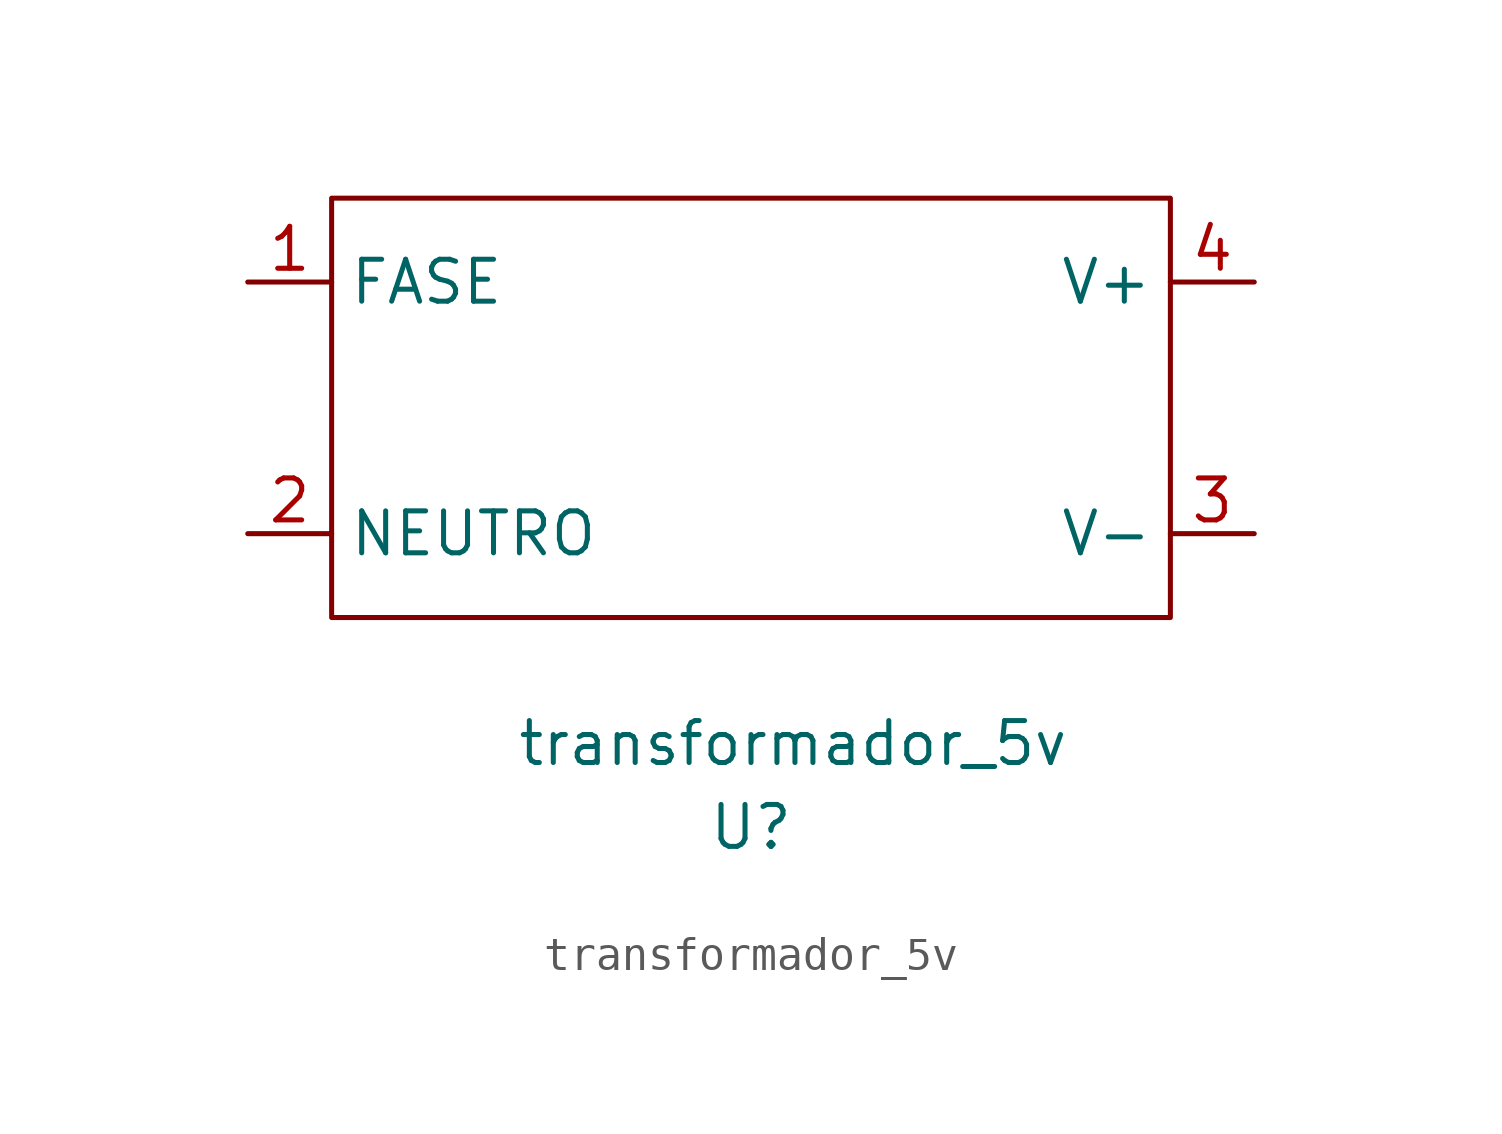
<source format=kicad_sym>
(kicad_symbol_lib
  (version 20211014)
  (generator kicad_symbol_editor)
  (symbol "transformador_5v"
    (property "Reference" "U"
      (at 0 -12.7 0)
      (effects (font (size 1.27 1.27))))
    (property "Value" "transformador_5v"
      (at 1.27 -10.16 0)
      (effects (font (size 1.27 1.27))))
    (symbol "transformador_5v_0_1"
      (rectangle (start -12.7 6.35) (end 12.7 -6.35) (stroke (width 0) (type default) (color 0 0 0 0)) (fill (type none))))
    (symbol "transformador_5v_1_1"
      (pin input line (at -15.24 3.81 0) (length 2.54) (name "FASE" (effects (font (size 1.27 1.27)))) (number "1" (effects (font (size 1.27 1.27)))))
      (pin input line (at -15.24 -3.81 0) (length 2.54) (name "NEUTRO" (effects (font (size 1.27 1.27)))) (number "2" (effects (font (size 1.27 1.27)))))
      (pin output line (at 15.24 -3.81 180) (length 2.54) (name "V-" (effects (font (size 1.27 1.27)))) (number "3" (effects (font (size 1.27 1.27)))))
      (pin output line (at 15.24 3.81 180) (length 2.54) (name "V+" (effects (font (size 1.27 1.27)))) (number "4" (effects (font (size 1.27 1.27))))))))
</source>
